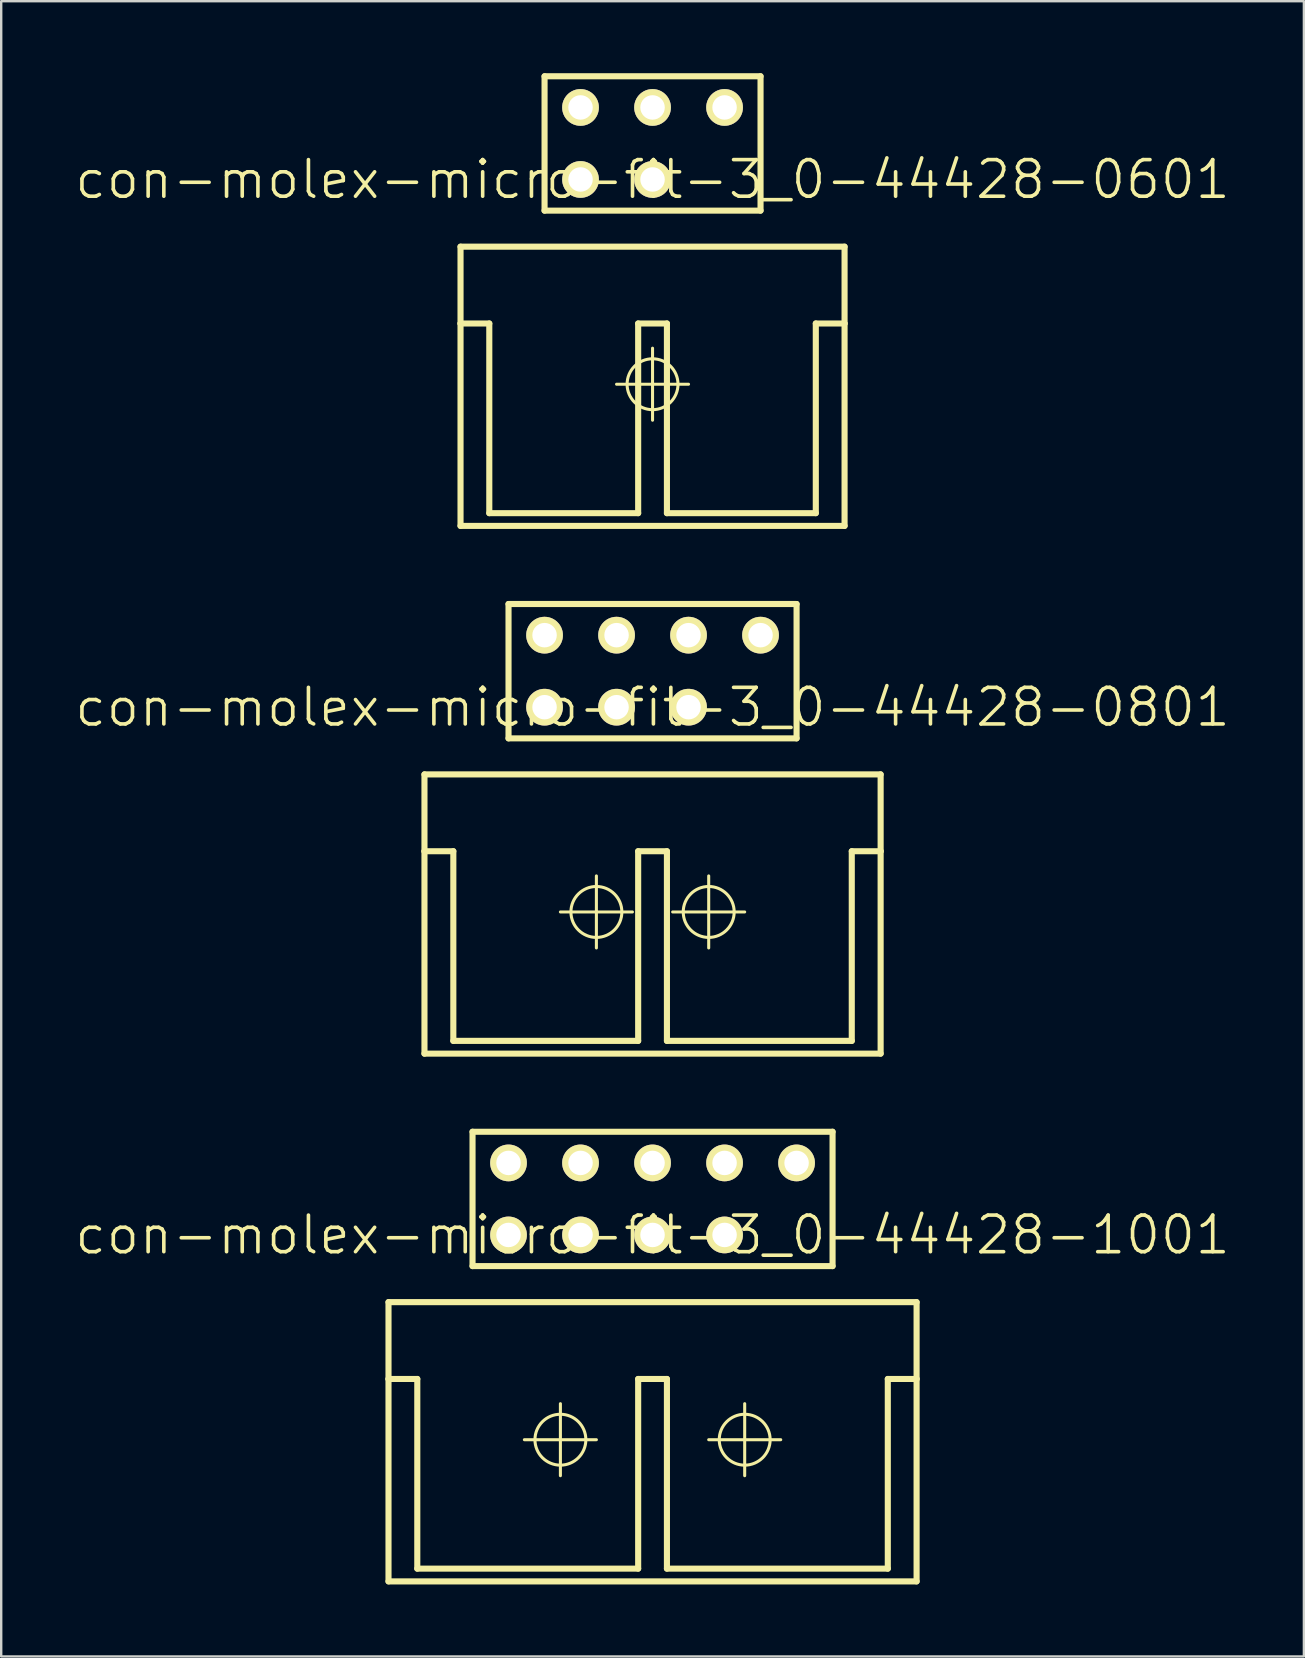
<source format=kicad_pcb>
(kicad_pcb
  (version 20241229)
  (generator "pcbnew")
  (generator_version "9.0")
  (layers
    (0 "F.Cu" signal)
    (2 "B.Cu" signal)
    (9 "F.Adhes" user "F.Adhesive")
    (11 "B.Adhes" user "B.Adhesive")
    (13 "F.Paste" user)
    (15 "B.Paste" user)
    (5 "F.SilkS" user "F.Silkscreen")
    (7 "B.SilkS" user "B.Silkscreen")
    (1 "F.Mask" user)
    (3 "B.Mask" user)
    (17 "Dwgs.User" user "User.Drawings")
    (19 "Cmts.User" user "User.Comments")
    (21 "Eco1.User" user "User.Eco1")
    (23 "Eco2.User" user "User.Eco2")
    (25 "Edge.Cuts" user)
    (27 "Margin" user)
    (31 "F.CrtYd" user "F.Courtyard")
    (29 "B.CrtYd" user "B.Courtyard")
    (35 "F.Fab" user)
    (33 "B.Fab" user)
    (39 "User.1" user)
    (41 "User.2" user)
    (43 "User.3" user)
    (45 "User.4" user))
  (footprint "con-molex-micro-fit-3_0-44428-0601"
    (layer "F.Cu")
    (at 24.13 4.425)
    (property "Reference" "con-molex-micro-fit-3_0-44428-0601" (at 0 0 0) (layer "F.SilkS") (effects (font (size 1.524 1.524) (thickness 0.15))))
    (attr exclude_from_pos_files exclude_from_bom)
    (fp_line (start -7.998 2.799) (end -7.998 5.999) (stroke (width 0.254) (type solid)) (layer "F.SilkS"))
    (fp_line (start -7.998 5.999) (end -7.998 14.43) (stroke (width 0.254) (type solid)) (layer "F.SilkS"))
    (fp_line (start -7.998 5.999) (end -6.8 5.999) (stroke (width 0.254) (type solid)) (layer "F.SilkS"))
    (fp_line (start -7.998 14.43) (end 7.998 14.43) (stroke (width 0.254) (type solid)) (layer "F.SilkS"))
    (fp_line (start -6.8 5.999) (end -6.8 13.899) (stroke (width 0.254) (type solid)) (layer "F.SilkS"))
    (fp_line (start -6.8 13.899) (end -0.599 13.899) (stroke (width 0.254) (type solid)) (layer "F.SilkS"))
    (fp_line (start -4.498 -4.298) (end 4.498 -4.298) (stroke (width 0.254) (type solid)) (layer "F.SilkS"))
    (fp_line (start -4.498 1.298) (end -4.498 -4.298) (stroke (width 0.254) (type solid)) (layer "F.SilkS"))
    (fp_line (start -1.499 8.529) (end 1.499 8.529) (stroke (width 0.127) (type solid)) (layer "F.SilkS"))
    (fp_line (start -0.599 5.999) (end -0.599 13.899) (stroke (width 0.254) (type solid)) (layer "F.SilkS"))
    (fp_line (start -0.599 5.999) (end 0.599 5.999) (stroke (width 0.254) (type solid)) (layer "F.SilkS"))
    (fp_line (start 0 10.028) (end 0 7.028) (stroke (width 0.127) (type solid)) (layer "F.SilkS"))
    (fp_line (start 0.599 5.999) (end 0.599 13.899) (stroke (width 0.254) (type solid)) (layer "F.SilkS"))
    (fp_line (start 0.599 13.899) (end 6.8 13.899) (stroke (width 0.254) (type solid)) (layer "F.SilkS"))
    (fp_line (start 4.498 -4.298) (end 4.498 1.298) (stroke (width 0.254) (type solid)) (layer "F.SilkS"))
    (fp_line (start 4.498 1.298) (end -4.498 1.298) (stroke (width 0.254) (type solid)) (layer "F.SilkS"))
    (fp_line (start 6.8 5.999) (end 7.998 5.999) (stroke (width 0.254) (type solid)) (layer "F.SilkS"))
    (fp_line (start 6.8 13.899) (end 6.8 5.999) (stroke (width 0.254) (type solid)) (layer "F.SilkS"))
    (fp_line (start 7.998 2.799) (end -7.998 2.799) (stroke (width 0.254) (type solid)) (layer "F.SilkS"))
    (fp_line (start 7.998 5.999) (end 7.998 2.799) (stroke (width 0.254) (type solid)) (layer "F.SilkS"))
    (fp_line (start 7.998 14.43) (end 7.998 5.999) (stroke (width 0.254) (type solid)) (layer "F.SilkS"))
    (fp_circle (center 0 8.529) (end -0.749 9.279) (stroke (width 0.127) (type solid)) (fill no) (layer "F.SilkS"))
    (pad "P$1" thru_hole rect (at 3 0) (size 0.001 0.001) (drill 1.019) (layers "*.Cu" "F.Mask" "F.SilkS" "F.Paste"))
    (pad "P$2" thru_hole circle (at 0 0) (size 1.529 1.529) (drill 1.019) (layers "*.Cu" "F.Mask" "F.SilkS" "F.Paste"))
    (pad "P$3" thru_hole circle (at -3 0) (size 1.529 1.529) (drill 1.019) (layers "*.Cu" "F.Mask" "F.SilkS" "F.Paste"))
    (pad "P$4" thru_hole circle (at 3 -3) (size 1.529 1.529) (drill 1.019) (layers "*.Cu" "F.Mask" "F.SilkS" "F.Paste"))
    (pad "P$5" thru_hole circle (at 0 -3) (size 1.529 1.529) (drill 1.019) (layers "*.Cu" "F.Mask" "F.SilkS" "F.Paste"))
    (pad "P$6" thru_hole circle (at -3 -3) (size 1.529 1.529) (drill 1.019) (layers "*.Cu" "F.Mask" "F.SilkS" "F.Paste")))
  (footprint "con-molex-micro-fit-3_0-44428-0801"
    (layer "F.Cu")
    (at 24.13 26.406)
    (property "Reference" "con-molex-micro-fit-3_0-44428-0801" (at 0 0 0) (layer "F.SilkS") (effects (font (size 1.524 1.524) (thickness 0.15))))
    (attr exclude_from_pos_files exclude_from_bom)
    (fp_line (start -9.5 2.799) (end -9.5 5.999) (stroke (width 0.254) (type solid)) (layer "F.SilkS"))
    (fp_line (start -9.5 5.999) (end -9.5 14.43) (stroke (width 0.254) (type solid)) (layer "F.SilkS"))
    (fp_line (start -9.5 5.999) (end -8.298 5.999) (stroke (width 0.254) (type solid)) (layer "F.SilkS"))
    (fp_line (start -9.5 14.43) (end 9.5 14.43) (stroke (width 0.254) (type solid)) (layer "F.SilkS"))
    (fp_line (start -8.298 5.999) (end -8.298 13.899) (stroke (width 0.254) (type solid)) (layer "F.SilkS"))
    (fp_line (start -8.298 13.899) (end -0.599 13.899) (stroke (width 0.254) (type solid)) (layer "F.SilkS"))
    (fp_line (start -5.999 -4.298) (end 5.999 -4.298) (stroke (width 0.254) (type solid)) (layer "F.SilkS"))
    (fp_line (start -5.999 1.298) (end -5.999 -4.298) (stroke (width 0.254) (type solid)) (layer "F.SilkS"))
    (fp_line (start -3.838 8.529) (end -0.838 8.529) (stroke (width 0.127) (type solid)) (layer "F.SilkS"))
    (fp_line (start -2.339 10.028) (end -2.339 7.028) (stroke (width 0.127) (type solid)) (layer "F.SilkS"))
    (fp_line (start -0.599 5.999) (end -0.599 13.899) (stroke (width 0.254) (type solid)) (layer "F.SilkS"))
    (fp_line (start -0.599 5.999) (end 0.599 5.999) (stroke (width 0.254) (type solid)) (layer "F.SilkS"))
    (fp_line (start 0.599 5.999) (end 0.599 13.899) (stroke (width 0.254) (type solid)) (layer "F.SilkS"))
    (fp_line (start 0.599 13.899) (end 8.298 13.899) (stroke (width 0.254) (type solid)) (layer "F.SilkS"))
    (fp_line (start 0.838 8.529) (end 3.838 8.529) (stroke (width 0.127) (type solid)) (layer "F.SilkS"))
    (fp_line (start 2.339 10.028) (end 2.339 7.028) (stroke (width 0.127) (type solid)) (layer "F.SilkS"))
    (fp_line (start 5.999 -4.298) (end 5.999 1.298) (stroke (width 0.254) (type solid)) (layer "F.SilkS"))
    (fp_line (start 5.999 1.298) (end -5.999 1.298) (stroke (width 0.254) (type solid)) (layer "F.SilkS"))
    (fp_line (start 8.298 5.999) (end 9.5 5.999) (stroke (width 0.254) (type solid)) (layer "F.SilkS"))
    (fp_line (start 8.298 13.899) (end 8.298 5.999) (stroke (width 0.254) (type solid)) (layer "F.SilkS"))
    (fp_line (start 9.5 2.799) (end -9.5 2.799) (stroke (width 0.254) (type solid)) (layer "F.SilkS"))
    (fp_line (start 9.5 5.999) (end 9.5 2.799) (stroke (width 0.254) (type solid)) (layer "F.SilkS"))
    (fp_line (start 9.5 14.43) (end 9.5 5.999) (stroke (width 0.254) (type solid)) (layer "F.SilkS"))
    (fp_circle (center -2.339 8.529) (end -3.089 9.279) (stroke (width 0.127) (type solid)) (fill no) (layer "F.SilkS"))
    (fp_circle (center 2.339 8.529) (end 3.089 9.279) (stroke (width 0.127) (type solid)) (fill no) (layer "F.SilkS"))
    (pad "P$1" thru_hole rect (at 4.498 0) (size 0.001 0.001) (drill 1.019) (layers "*.Cu" "F.Mask" "F.SilkS" "F.Paste"))
    (pad "P$2" thru_hole circle (at 1.499 0) (size 1.529 1.529) (drill 1.019) (layers "*.Cu" "F.Mask" "F.SilkS" "F.Paste"))
    (pad "P$3" thru_hole circle (at -1.499 0) (size 1.529 1.529) (drill 1.019) (layers "*.Cu" "F.Mask" "F.SilkS" "F.Paste"))
    (pad "P$4" thru_hole circle (at -4.498 0) (size 1.529 1.529) (drill 1.019) (layers "*.Cu" "F.Mask" "F.SilkS" "F.Paste"))
    (pad "P$5" thru_hole circle (at 4.498 -3) (size 1.529 1.529) (drill 1.019) (layers "*.Cu" "F.Mask" "F.SilkS" "F.Paste"))
    (pad "P$6" thru_hole circle (at 1.499 -3) (size 1.529 1.529) (drill 1.019) (layers "*.Cu" "F.Mask" "F.SilkS" "F.Paste"))
    (pad "P$7" thru_hole circle (at -1.499 -3) (size 1.529 1.529) (drill 1.019) (layers "*.Cu" "F.Mask" "F.SilkS" "F.Paste"))
    (pad "P$8" thru_hole circle (at -4.498 -3) (size 1.529 1.529) (drill 1.019) (layers "*.Cu" "F.Mask" "F.SilkS" "F.Paste")))
  (footprint "con-molex-micro-fit-3_0-44428-1001"
    (layer "F.Cu")
    (at 24.13 48.388)
    (property "Reference" "con-molex-micro-fit-3_0-44428-1001" (at 0 0 0) (layer "F.SilkS") (effects (font (size 1.524 1.524) (thickness 0.15))))
    (attr exclude_from_pos_files exclude_from_bom)
    (fp_line (start -10.998 2.799) (end -10.998 5.999) (stroke (width 0.254) (type solid)) (layer "F.SilkS"))
    (fp_line (start -10.998 5.999) (end -10.998 14.43) (stroke (width 0.254) (type solid)) (layer "F.SilkS"))
    (fp_line (start -10.998 5.999) (end -9.799 5.999) (stroke (width 0.254) (type solid)) (layer "F.SilkS"))
    (fp_line (start -10.998 14.43) (end 10.998 14.43) (stroke (width 0.254) (type solid)) (layer "F.SilkS"))
    (fp_line (start -9.799 5.999) (end -9.799 13.899) (stroke (width 0.254) (type solid)) (layer "F.SilkS"))
    (fp_line (start -9.799 13.899) (end -0.599 13.899) (stroke (width 0.254) (type solid)) (layer "F.SilkS"))
    (fp_line (start -7.498 -4.298) (end 7.498 -4.298) (stroke (width 0.254) (type solid)) (layer "F.SilkS"))
    (fp_line (start -7.498 1.298) (end -7.498 -4.298) (stroke (width 0.254) (type solid)) (layer "F.SilkS"))
    (fp_line (start -5.339 8.529) (end -2.339 8.529) (stroke (width 0.127) (type solid)) (layer "F.SilkS"))
    (fp_line (start -3.838 10.028) (end -3.838 7.028) (stroke (width 0.127) (type solid)) (layer "F.SilkS"))
    (fp_line (start -0.599 5.999) (end -0.599 13.899) (stroke (width 0.254) (type solid)) (layer "F.SilkS"))
    (fp_line (start -0.599 5.999) (end 0.599 5.999) (stroke (width 0.254) (type solid)) (layer "F.SilkS"))
    (fp_line (start 0.599 5.999) (end 0.599 13.899) (stroke (width 0.254) (type solid)) (layer "F.SilkS"))
    (fp_line (start 0.599 13.899) (end 9.799 13.899) (stroke (width 0.254) (type solid)) (layer "F.SilkS"))
    (fp_line (start 2.339 8.529) (end 5.339 8.529) (stroke (width 0.127) (type solid)) (layer "F.SilkS"))
    (fp_line (start 3.838 10.028) (end 3.838 7.028) (stroke (width 0.127) (type solid)) (layer "F.SilkS"))
    (fp_line (start 7.498 -4.298) (end 7.498 1.298) (stroke (width 0.254) (type solid)) (layer "F.SilkS"))
    (fp_line (start 7.498 1.298) (end -7.498 1.298) (stroke (width 0.254) (type solid)) (layer "F.SilkS"))
    (fp_line (start 9.799 5.999) (end 10.998 5.999) (stroke (width 0.254) (type solid)) (layer "F.SilkS"))
    (fp_line (start 9.799 13.899) (end 9.799 5.999) (stroke (width 0.254) (type solid)) (layer "F.SilkS"))
    (fp_line (start 10.998 2.799) (end -10.998 2.799) (stroke (width 0.254) (type solid)) (layer "F.SilkS"))
    (fp_line (start 10.998 5.999) (end 10.998 2.799) (stroke (width 0.254) (type solid)) (layer "F.SilkS"))
    (fp_line (start 10.998 14.43) (end 10.998 5.999) (stroke (width 0.254) (type solid)) (layer "F.SilkS"))
    (fp_circle (center -3.838 8.529) (end -4.587 9.279) (stroke (width 0.127) (type solid)) (fill no) (layer "F.SilkS"))
    (fp_circle (center 3.838 8.529) (end 4.587 9.279) (stroke (width 0.127) (type solid)) (fill no) (layer "F.SilkS"))
    (pad "P$1" thru_hole rect (at 5.999 0) (size 0.001 0.001) (drill 1.019) (layers "*.Cu" "F.Mask" "F.SilkS" "F.Paste"))
    (pad "P$2" thru_hole circle (at 3 0) (size 1.529 1.529) (drill 1.019) (layers "*.Cu" "F.Mask" "F.SilkS" "F.Paste"))
    (pad "P$3" thru_hole circle (at 0 0) (size 1.529 1.529) (drill 1.019) (layers "*.Cu" "F.Mask" "F.SilkS" "F.Paste"))
    (pad "P$4" thru_hole circle (at -3 0) (size 1.529 1.529) (drill 1.019) (layers "*.Cu" "F.Mask" "F.SilkS" "F.Paste"))
    (pad "P$5" thru_hole circle (at -5.999 0) (size 1.529 1.529) (drill 1.019) (layers "*.Cu" "F.Mask" "F.SilkS" "F.Paste"))
    (pad "P$6" thru_hole circle (at 5.999 -3) (size 1.529 1.529) (drill 1.019) (layers "*.Cu" "F.Mask" "F.SilkS" "F.Paste"))
    (pad "P$7" thru_hole circle (at 3 -3) (size 1.529 1.529) (drill 1.019) (layers "*.Cu" "F.Mask" "F.SilkS" "F.Paste"))
    (pad "P$8" thru_hole circle (at 0 -3) (size 1.529 1.529) (drill 1.019) (layers "*.Cu" "F.Mask" "F.SilkS" "F.Paste"))
    (pad "P$9" thru_hole circle (at -3 -3) (size 1.529 1.529) (drill 1.019) (layers "*.Cu" "F.Mask" "F.SilkS" "F.Paste"))
    (pad "P$10" thru_hole circle (at -5.999 -3) (size 1.529 1.529) (drill 1.019) (layers "*.Cu" "F.Mask" "F.SilkS" "F.Paste")))
  (gr_rect
    (start -3 -3)
    (end 51.26 65.944)
    (stroke (width 0.1) (type default))
    (fill no)
    (layer "Edge.Cuts")))
</source>
